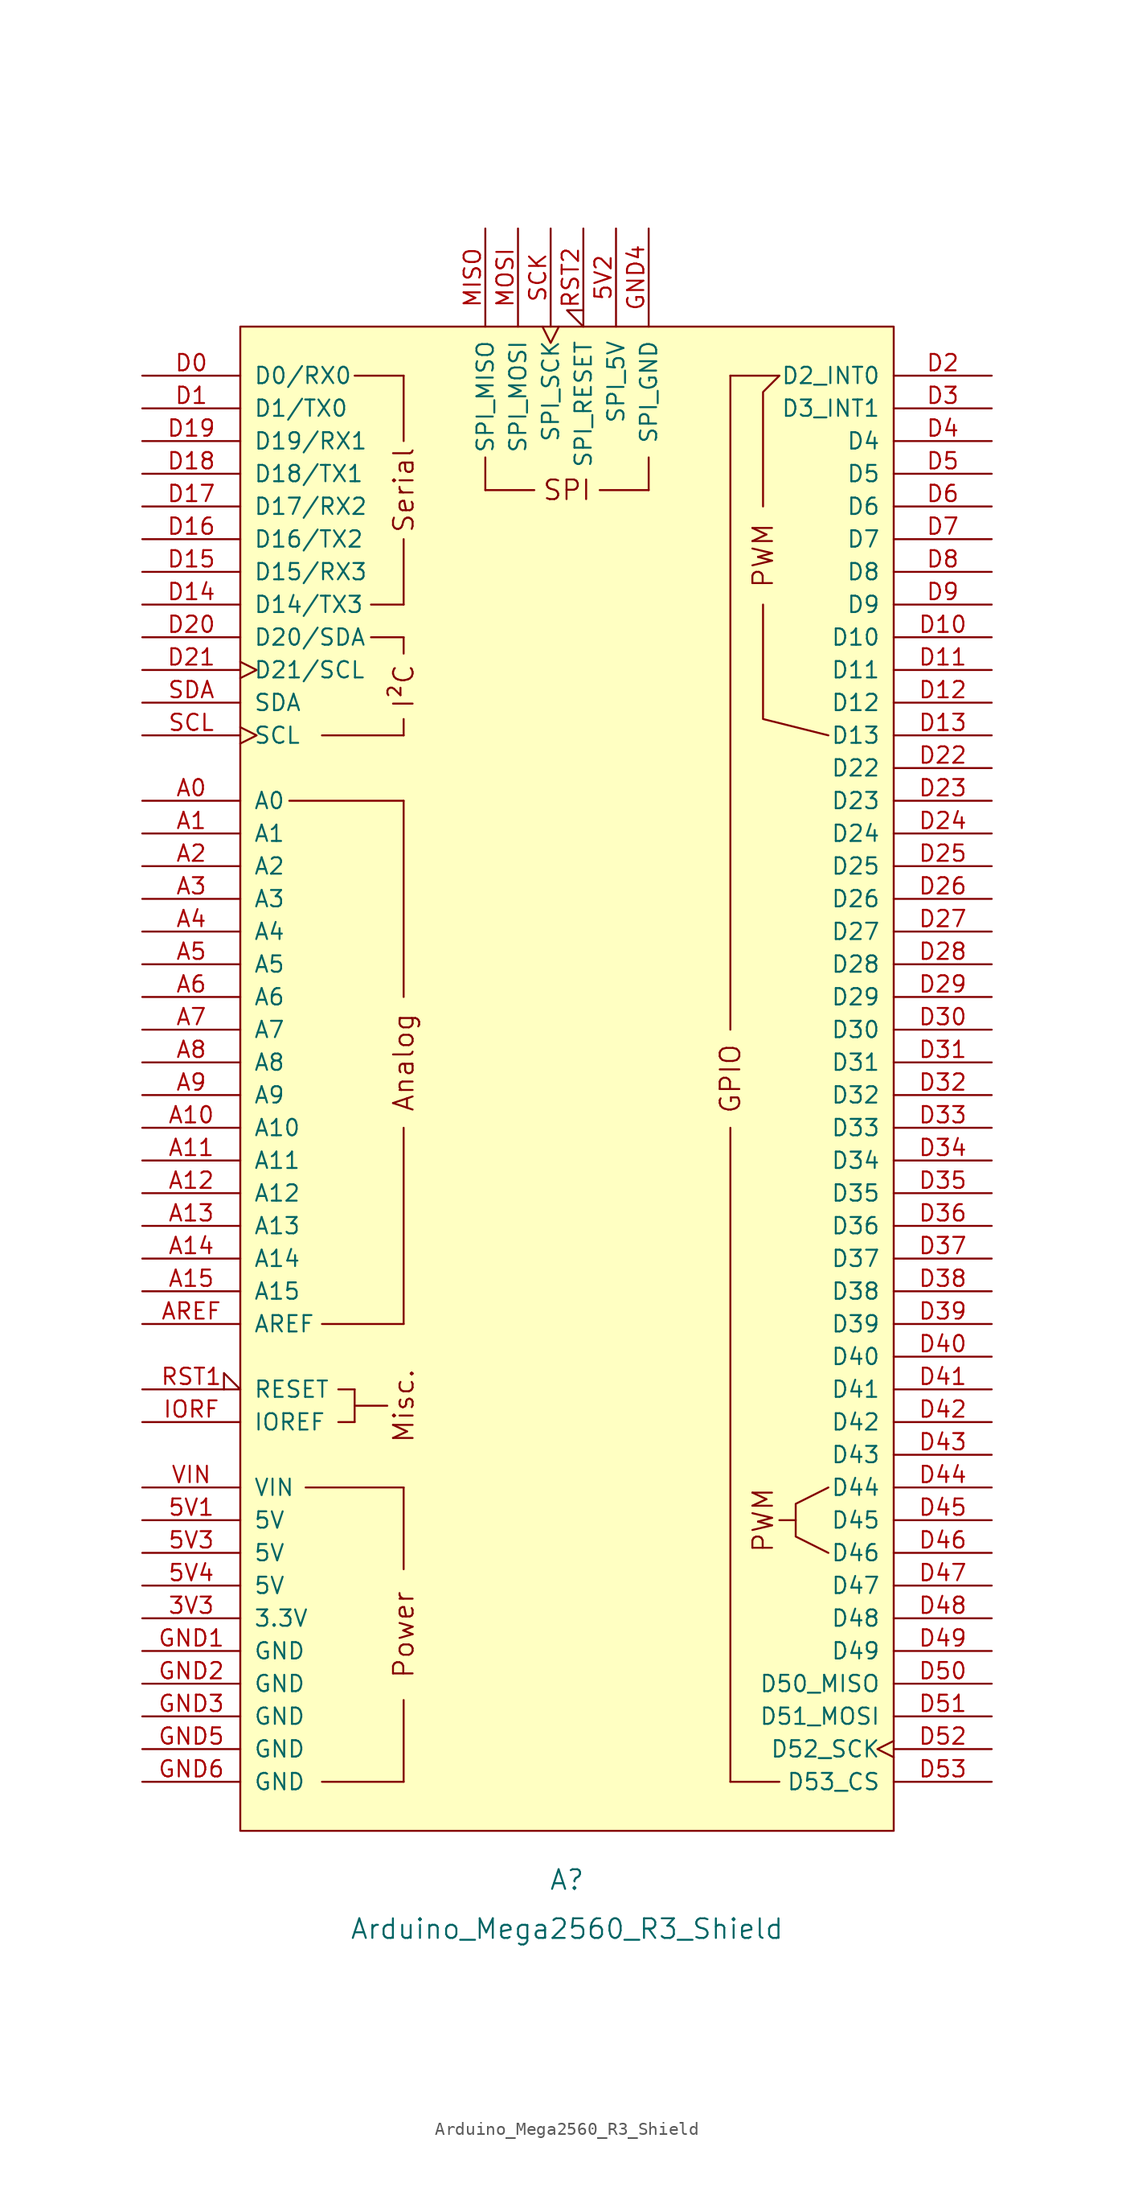
<source format=kicad_sym>
(kicad_symbol_lib
  (version 20241209)
  (generator "kicad_symbol_editor")
  (generator_version "9.0")
  (symbol "Arduino_Mega2560_R3_Shield"
    (pin_names
      (offset 1.016))
    (property "Reference" "A"
      (at 0 -62.23 0)
      (effects (font (size 1.524 1.524))))
    (property "Value" "Arduino_Mega2560_R3_Shield"
      (at 0 -66.04 0)
      (effects (font (size 1.524 1.524))))
    (symbol "Arduino_Mega2560_R3_Shield_0_0"
      (rectangle (start -25.4 -58.42) (end 25.4 58.42) (stroke (width 0) (type default)) (fill (type background)))
      (polyline (pts (xy -21.59 21.59) (xy -12.7 21.59)) (stroke (width 0) (type default)) (fill (type none)))
      (rectangle (start -20.32 -31.75) (end -12.7 -31.75) (stroke (width 0) (type default)) (fill (type none)))
      (rectangle (start -19.05 26.67) (end -12.7 26.67) (stroke (width 0) (type default)) (fill (type none)))
      (rectangle (start -19.05 -19.05) (end -12.7 -19.05) (stroke (width 0) (type default)) (fill (type none)))
      (rectangle (start -19.05 -54.61) (end -12.7 -54.61) (stroke (width 0) (type default)) (fill (type none)))
      (rectangle (start -17.78 -24.13) (end -16.51 -24.13) (stroke (width 0) (type default)) (fill (type none)))
      (rectangle (start -17.78 -26.67) (end -16.51 -26.67) (stroke (width 0) (type default)) (fill (type none)))
      (rectangle (start -16.51 54.61) (end -12.7 54.61) (stroke (width 0) (type default)) (fill (type none)))
      (rectangle (start -16.51 -24.13) (end -16.51 -26.67) (stroke (width 0) (type default)) (fill (type none)))
      (rectangle (start -16.51 -25.4) (end -13.97 -25.4) (stroke (width 0) (type default)) (fill (type none)))
      (rectangle (start -15.24 36.83) (end -12.7 36.83) (stroke (width 0) (type default)) (fill (type none)))
      (rectangle (start -15.24 34.29) (end -12.7 34.29) (stroke (width 0) (type default)) (fill (type none)))
      (rectangle (start -12.7 49.53) (end -12.7 54.61) (stroke (width 0) (type default)) (fill (type none)))
      (rectangle (start -12.7 41.91) (end -12.7 36.83) (stroke (width 0) (type default)) (fill (type none)))
      (rectangle (start -12.7 34.29) (end -12.7 33.02) (stroke (width 0) (type default)) (fill (type none)))
      (rectangle (start -12.7 26.67) (end -12.7 27.94) (stroke (width 0) (type default)) (fill (type none)))
      (polyline (pts (xy -12.7 6.35) (xy -12.7 21.59)) (stroke (width 0) (type default)) (fill (type none)))
      (polyline (pts (xy -12.7 -19.05) (xy -12.7 -3.81)) (stroke (width 0) (type default)) (fill (type none)))
      (rectangle (start -12.7 -31.75) (end -12.7 -38.1) (stroke (width 0) (type default)) (fill (type none)))
      (rectangle (start -12.7 -54.61) (end -12.7 -48.26) (stroke (width 0) (type default)) (fill (type none)))
      (rectangle (start -6.35 48.26) (end -6.35 45.72) (stroke (width 0) (type default)) (fill (type none)))
      (rectangle (start -2.54 45.72) (end -6.35 45.72) (stroke (width 0) (type default)) (fill (type none)))
      (rectangle (start 6.35 48.26) (end 6.35 45.72) (stroke (width 0) (type default)) (fill (type none)))
      (rectangle (start 6.35 45.72) (end 2.54 45.72) (stroke (width 0) (type default)) (fill (type none)))
      (polyline (pts (xy 12.7 54.61) (xy 16.51 54.61)) (stroke (width 0) (type default)) (fill (type none)))
      (polyline (pts (xy 12.7 -54.61) (xy 16.51 -54.61)) (stroke (width 0) (type default)) (fill (type none)))
      (polyline (pts (xy 15.24 44.45) (xy 15.24 53.34) (xy 16.51 54.61)) (stroke (width 0) (type default)) (fill (type none)))
      (polyline (pts (xy 15.24 36.83) (xy 15.24 27.94) (xy 20.32 26.67)) (stroke (width 0) (type default)) (fill (type none)))
      (polyline (pts (xy 17.78 -34.29) (xy 16.51 -34.29)) (stroke (width 0) (type default)) (fill (type none)))
      (polyline (pts (xy 20.32 -31.75) (xy 17.78 -33.02) (xy 17.78 -35.56) (xy 20.32 -36.83)) (stroke (width 0) (type default)) (fill (type none)))
      (text "Serial" (at -12.7 45.72 900) (effects (font (size 1.524 1.524))))
      (text "I²C" (at -12.7 30.48 900) (effects (font (size 1.524 1.524))))
      (text "Analog" (at -12.7 1.27 900) (effects (font (size 1.524 1.524))))
      (text "Misc." (at -12.7 -25.4 900) (effects (font (size 1.524 1.524))))
      (text "Power" (at -12.7 -43.18 900) (effects (font (size 1.524 1.524))))
      (text "SPI" (at 0 45.72 0) (effects (font (size 1.524 1.524))))
      (text "PWM" (at 15.24 40.64 900) (effects (font (size 1.524 1.524))))
      (text "PWM" (at 15.24 -34.29 900) (effects (font (size 1.524 1.524)))))
    (symbol "Arduino_Mega2560_R3_Shield_1_0"
      (rectangle (start 12.7 54.61) (end 12.7 3.81) (stroke (width 0) (type default)) (fill (type none)))
      (rectangle (start 12.7 -54.61) (end 12.7 -3.81) (stroke (width 0) (type default)) (fill (type none)))
      (text "GPIO" (at 12.7 0 900) (effects (font (size 1.524 1.524)))))
    (symbol "Arduino_Mega2560_R3_Shield_1_1"
      (pin bidirectional line (at -33.02 54.61 0) (length 7.62) (name "D0/RX0" (effects (font (size 1.27 1.27)))) (number "D0" (effects (font (size 1.27 1.27)))))
      (pin bidirectional line (at -33.02 52.07 0) (length 7.62) (name "D1/TX0" (effects (font (size 1.27 1.27)))) (number "D1" (effects (font (size 1.27 1.27)))))
      (pin bidirectional line (at -33.02 49.53 0) (length 7.62) (name "D19/RX1" (effects (font (size 1.27 1.27)))) (number "D19" (effects (font (size 1.27 1.27)))))
      (pin bidirectional line (at -33.02 46.99 0) (length 7.62) (name "D18/TX1" (effects (font (size 1.27 1.27)))) (number "D18" (effects (font (size 1.27 1.27)))))
      (pin bidirectional line (at -33.02 44.45 0) (length 7.62) (name "D17/RX2" (effects (font (size 1.27 1.27)))) (number "D17" (effects (font (size 1.27 1.27)))))
      (pin bidirectional line (at -33.02 41.91 0) (length 7.62) (name "D16/TX2" (effects (font (size 1.27 1.27)))) (number "D16" (effects (font (size 1.27 1.27)))))
      (pin bidirectional line (at -33.02 39.37 0) (length 7.62) (name "D15/RX3" (effects (font (size 1.27 1.27)))) (number "D15" (effects (font (size 1.27 1.27)))))
      (pin bidirectional line (at -33.02 36.83 0) (length 7.62) (name "D14/TX3" (effects (font (size 1.27 1.27)))) (number "D14" (effects (font (size 1.27 1.27)))))
      (pin bidirectional line (at -33.02 34.29 0) (length 7.62) (name "D20/SDA" (effects (font (size 1.27 1.27)))) (number "D20" (effects (font (size 1.27 1.27)))))
      (pin bidirectional clock (at -33.02 31.75 0) (length 7.62) (name "D21/SCL" (effects (font (size 1.27 1.27)))) (number "D21" (effects (font (size 1.27 1.27)))))
      (pin bidirectional line (at -33.02 29.21 0) (length 7.62) (name "SDA" (effects (font (size 1.27 1.27)))) (number "SDA" (effects (font (size 1.27 1.27)))))
      (pin bidirectional clock (at -33.02 26.67 0) (length 7.62) (name "SCL" (effects (font (size 1.27 1.27)))) (number "SCL" (effects (font (size 1.27 1.27)))))
      (pin bidirectional line (at -33.02 21.59 0) (length 7.62) (name "A0" (effects (font (size 1.27 1.27)))) (number "A0" (effects (font (size 1.27 1.27)))))
      (pin bidirectional line (at -33.02 19.05 0) (length 7.62) (name "A1" (effects (font (size 1.27 1.27)))) (number "A1" (effects (font (size 1.27 1.27)))))
      (pin bidirectional line (at -33.02 16.51 0) (length 7.62) (name "A2" (effects (font (size 1.27 1.27)))) (number "A2" (effects (font (size 1.27 1.27)))))
      (pin bidirectional line (at -33.02 13.97 0) (length 7.62) (name "A3" (effects (font (size 1.27 1.27)))) (number "A3" (effects (font (size 1.27 1.27)))))
      (pin bidirectional line (at -33.02 11.43 0) (length 7.62) (name "A4" (effects (font (size 1.27 1.27)))) (number "A4" (effects (font (size 1.27 1.27)))))
      (pin bidirectional line (at -33.02 8.89 0) (length 7.62) (name "A5" (effects (font (size 1.27 1.27)))) (number "A5" (effects (font (size 1.27 1.27)))))
      (pin bidirectional line (at -33.02 6.35 0) (length 7.62) (name "A6" (effects (font (size 1.27 1.27)))) (number "A6" (effects (font (size 1.27 1.27)))))
      (pin bidirectional line (at -33.02 3.81 0) (length 7.62) (name "A7" (effects (font (size 1.27 1.27)))) (number "A7" (effects (font (size 1.27 1.27)))))
      (pin bidirectional line (at -33.02 1.27 0) (length 7.62) (name "A8" (effects (font (size 1.27 1.27)))) (number "A8" (effects (font (size 1.27 1.27)))))
      (pin bidirectional line (at -33.02 -1.27 0) (length 7.62) (name "A9" (effects (font (size 1.27 1.27)))) (number "A9" (effects (font (size 1.27 1.27)))))
      (pin bidirectional line (at -33.02 -3.81 0) (length 7.62) (name "A10" (effects (font (size 1.27 1.27)))) (number "A10" (effects (font (size 1.27 1.27)))))
      (pin bidirectional line (at -33.02 -6.35 0) (length 7.62) (name "A11" (effects (font (size 1.27 1.27)))) (number "A11" (effects (font (size 1.27 1.27)))))
      (pin bidirectional line (at -33.02 -8.89 0) (length 7.62) (name "A12" (effects (font (size 1.27 1.27)))) (number "A12" (effects (font (size 1.27 1.27)))))
      (pin bidirectional line (at -33.02 -11.43 0) (length 7.62) (name "A13" (effects (font (size 1.27 1.27)))) (number "A13" (effects (font (size 1.27 1.27)))))
      (pin bidirectional line (at -33.02 -13.97 0) (length 7.62) (name "A14" (effects (font (size 1.27 1.27)))) (number "A14" (effects (font (size 1.27 1.27)))))
      (pin bidirectional line (at -33.02 -16.51 0) (length 7.62) (name "A15" (effects (font (size 1.27 1.27)))) (number "A15" (effects (font (size 1.27 1.27)))))
      (pin input line (at -33.02 -19.05 0) (length 7.62) (name "AREF" (effects (font (size 1.27 1.27)))) (number "AREF" (effects (font (size 1.27 1.27)))))
      (pin open_collector input_low (at -33.02 -24.13 0) (length 7.62) (name "RESET" (effects (font (size 1.27 1.27)))) (number "RST1" (effects (font (size 1.27 1.27)))))
      (pin output line (at -33.02 -26.67 0) (length 7.62) (name "IOREF" (effects (font (size 1.27 1.27)))) (number "IORF" (effects (font (size 1.27 1.27)))))
      (pin power_in line (at -33.02 -31.75 0) (length 7.62) (name "VIN" (effects (font (size 1.27 1.27)))) (number "VIN" (effects (font (size 1.27 1.27)))))
      (pin power_in line (at -33.02 -34.29 0) (length 7.62) (name "5V" (effects (font (size 1.27 1.27)))) (number "5V1" (effects (font (size 1.27 1.27)))))
      (pin power_in line (at -33.02 -36.83 0) (length 7.62) (name "5V" (effects (font (size 1.27 1.27)))) (number "5V3" (effects (font (size 1.27 1.27)))))
      (pin power_in line (at -33.02 -39.37 0) (length 7.62) (name "5V" (effects (font (size 1.27 1.27)))) (number "5V4" (effects (font (size 1.27 1.27)))))
      (pin power_out line (at -33.02 -41.91 0) (length 7.62) (name "3.3V" (effects (font (size 1.27 1.27)))) (number "3V3" (effects (font (size 1.27 1.27)))))
      (pin power_in line (at -33.02 -44.45 0) (length 7.62) (name "GND" (effects (font (size 1.27 1.27)))) (number "GND1" (effects (font (size 1.27 1.27)))))
      (pin power_in line (at -33.02 -46.99 0) (length 7.62) (name "GND" (effects (font (size 1.27 1.27)))) (number "GND2" (effects (font (size 1.27 1.27)))))
      (pin power_in line (at -33.02 -49.53 0) (length 7.62) (name "GND" (effects (font (size 1.27 1.27)))) (number "GND3" (effects (font (size 1.27 1.27)))))
      (pin power_in line (at -33.02 -52.07 0) (length 7.62) (name "GND" (effects (font (size 1.27 1.27)))) (number "GND5" (effects (font (size 1.27 1.27)))))
      (pin power_in line (at -33.02 -54.61 0) (length 7.62) (name "GND" (effects (font (size 1.27 1.27)))) (number "GND6" (effects (font (size 1.27 1.27)))))
      (pin input line (at -6.35 66.04 270) (length 7.62) (name "SPI_MISO" (effects (font (size 1.27 1.27)))) (number "MISO" (effects (font (size 1.27 1.27)))))
      (pin output line (at -3.81 66.04 270) (length 7.62) (name "SPI_MOSI" (effects (font (size 1.27 1.27)))) (number "MOSI" (effects (font (size 1.27 1.27)))))
      (pin output clock (at -1.27 66.04 270) (length 7.62) (name "SPI_SCK" (effects (font (size 1.27 1.27)))) (number "SCK" (effects (font (size 1.27 1.27)))))
      (pin open_collector input_low (at 1.27 66.04 270) (length 7.62) (name "SPI_RESET" (effects (font (size 1.27 1.27)))) (number "RST2" (effects (font (size 1.27 1.27)))))
      (pin power_in line (at 3.81 66.04 270) (length 7.62) (name "SPI_5V" (effects (font (size 1.27 1.27)))) (number "5V2" (effects (font (size 1.27 1.27)))))
      (pin power_in line (at 6.35 66.04 270) (length 7.62) (name "SPI_GND" (effects (font (size 1.27 1.27)))) (number "GND4" (effects (font (size 1.27 1.27)))))
      (pin bidirectional line (at 33.02 54.61 180) (length 7.62) (name "D2_INT0" (effects (font (size 1.27 1.27)))) (number "D2" (effects (font (size 1.27 1.27)))))
      (pin bidirectional line (at 33.02 52.07 180) (length 7.62) (name "D3_INT1" (effects (font (size 1.27 1.27)))) (number "D3" (effects (font (size 1.27 1.27)))))
      (pin bidirectional line (at 33.02 49.53 180) (length 7.62) (name "D4" (effects (font (size 1.27 1.27)))) (number "D4" (effects (font (size 1.27 1.27)))))
      (pin bidirectional line (at 33.02 46.99 180) (length 7.62) (name "D5" (effects (font (size 1.27 1.27)))) (number "D5" (effects (font (size 1.27 1.27)))))
      (pin bidirectional line (at 33.02 44.45 180) (length 7.62) (name "D6" (effects (font (size 1.27 1.27)))) (number "D6" (effects (font (size 1.27 1.27)))))
      (pin bidirectional line (at 33.02 41.91 180) (length 7.62) (name "D7" (effects (font (size 1.27 1.27)))) (number "D7" (effects (font (size 1.27 1.27)))))
      (pin bidirectional line (at 33.02 39.37 180) (length 7.62) (name "D8" (effects (font (size 1.27 1.27)))) (number "D8" (effects (font (size 1.27 1.27)))))
      (pin bidirectional line (at 33.02 36.83 180) (length 7.62) (name "D9" (effects (font (size 1.27 1.27)))) (number "D9" (effects (font (size 1.27 1.27)))))
      (pin bidirectional line (at 33.02 34.29 180) (length 7.62) (name "D10" (effects (font (size 1.27 1.27)))) (number "D10" (effects (font (size 1.27 1.27)))))
      (pin bidirectional line (at 33.02 31.75 180) (length 7.62) (name "D11" (effects (font (size 1.27 1.27)))) (number "D11" (effects (font (size 1.27 1.27)))))
      (pin bidirectional line (at 33.02 29.21 180) (length 7.62) (name "D12" (effects (font (size 1.27 1.27)))) (number "D12" (effects (font (size 1.27 1.27)))))
      (pin bidirectional line (at 33.02 26.67 180) (length 7.62) (name "D13" (effects (font (size 1.27 1.27)))) (number "D13" (effects (font (size 1.27 1.27)))))
      (pin bidirectional line (at 33.02 24.13 180) (length 7.62) (name "D22" (effects (font (size 1.27 1.27)))) (number "D22" (effects (font (size 1.27 1.27)))))
      (pin bidirectional line (at 33.02 21.59 180) (length 7.62) (name "D23" (effects (font (size 1.27 1.27)))) (number "D23" (effects (font (size 1.27 1.27)))))
      (pin bidirectional line (at 33.02 19.05 180) (length 7.62) (name "D24" (effects (font (size 1.27 1.27)))) (number "D24" (effects (font (size 1.27 1.27)))))
      (pin bidirectional line (at 33.02 16.51 180) (length 7.62) (name "D25" (effects (font (size 1.27 1.27)))) (number "D25" (effects (font (size 1.27 1.27)))))
      (pin bidirectional line (at 33.02 13.97 180) (length 7.62) (name "D26" (effects (font (size 1.27 1.27)))) (number "D26" (effects (font (size 1.27 1.27)))))
      (pin bidirectional line (at 33.02 11.43 180) (length 7.62) (name "D27" (effects (font (size 1.27 1.27)))) (number "D27" (effects (font (size 1.27 1.27)))))
      (pin bidirectional line (at 33.02 8.89 180) (length 7.62) (name "D28" (effects (font (size 1.27 1.27)))) (number "D28" (effects (font (size 1.27 1.27)))))
      (pin bidirectional line (at 33.02 6.35 180) (length 7.62) (name "D29" (effects (font (size 1.27 1.27)))) (number "D29" (effects (font (size 1.27 1.27)))))
      (pin bidirectional line (at 33.02 3.81 180) (length 7.62) (name "D30" (effects (font (size 1.27 1.27)))) (number "D30" (effects (font (size 1.27 1.27)))))
      (pin bidirectional line (at 33.02 1.27 180) (length 7.62) (name "D31" (effects (font (size 1.27 1.27)))) (number "D31" (effects (font (size 1.27 1.27)))))
      (pin bidirectional line (at 33.02 -1.27 180) (length 7.62) (name "D32" (effects (font (size 1.27 1.27)))) (number "D32" (effects (font (size 1.27 1.27)))))
      (pin bidirectional line (at 33.02 -3.81 180) (length 7.62) (name "D33" (effects (font (size 1.27 1.27)))) (number "D33" (effects (font (size 1.27 1.27)))))
      (pin bidirectional line (at 33.02 -6.35 180) (length 7.62) (name "D34" (effects (font (size 1.27 1.27)))) (number "D34" (effects (font (size 1.27 1.27)))))
      (pin bidirectional line (at 33.02 -8.89 180) (length 7.62) (name "D35" (effects (font (size 1.27 1.27)))) (number "D35" (effects (font (size 1.27 1.27)))))
      (pin bidirectional line (at 33.02 -11.43 180) (length 7.62) (name "D36" (effects (font (size 1.27 1.27)))) (number "D36" (effects (font (size 1.27 1.27)))))
      (pin bidirectional line (at 33.02 -13.97 180) (length 7.62) (name "D37" (effects (font (size 1.27 1.27)))) (number "D37" (effects (font (size 1.27 1.27)))))
      (pin bidirectional line (at 33.02 -16.51 180) (length 7.62) (name "D38" (effects (font (size 1.27 1.27)))) (number "D38" (effects (font (size 1.27 1.27)))))
      (pin bidirectional line (at 33.02 -19.05 180) (length 7.62) (name "D39" (effects (font (size 1.27 1.27)))) (number "D39" (effects (font (size 1.27 1.27)))))
      (pin bidirectional line (at 33.02 -21.59 180) (length 7.62) (name "D40" (effects (font (size 1.27 1.27)))) (number "D40" (effects (font (size 1.27 1.27)))))
      (pin bidirectional line (at 33.02 -24.13 180) (length 7.62) (name "D41" (effects (font (size 1.27 1.27)))) (number "D41" (effects (font (size 1.27 1.27)))))
      (pin bidirectional line (at 33.02 -26.67 180) (length 7.62) (name "D42" (effects (font (size 1.27 1.27)))) (number "D42" (effects (font (size 1.27 1.27)))))
      (pin bidirectional line (at 33.02 -29.21 180) (length 7.62) (name "D43" (effects (font (size 1.27 1.27)))) (number "D43" (effects (font (size 1.27 1.27)))))
      (pin bidirectional line (at 33.02 -31.75 180) (length 7.62) (name "D44" (effects (font (size 1.27 1.27)))) (number "D44" (effects (font (size 1.27 1.27)))))
      (pin bidirectional line (at 33.02 -34.29 180) (length 7.62) (name "D45" (effects (font (size 1.27 1.27)))) (number "D45" (effects (font (size 1.27 1.27)))))
      (pin bidirectional line (at 33.02 -36.83 180) (length 7.62) (name "D46" (effects (font (size 1.27 1.27)))) (number "D46" (effects (font (size 1.27 1.27)))))
      (pin bidirectional line (at 33.02 -39.37 180) (length 7.62) (name "D47" (effects (font (size 1.27 1.27)))) (number "D47" (effects (font (size 1.27 1.27)))))
      (pin bidirectional line (at 33.02 -41.91 180) (length 7.62) (name "D48" (effects (font (size 1.27 1.27)))) (number "D48" (effects (font (size 1.27 1.27)))))
      (pin bidirectional line (at 33.02 -44.45 180) (length 7.62) (name "D49" (effects (font (size 1.27 1.27)))) (number "D49" (effects (font (size 1.27 1.27)))))
      (pin bidirectional line (at 33.02 -46.99 180) (length 7.62) (name "D50_MISO" (effects (font (size 1.27 1.27)))) (number "D50" (effects (font (size 1.27 1.27)))))
      (pin bidirectional line (at 33.02 -49.53 180) (length 7.62) (name "D51_MOSI" (effects (font (size 1.27 1.27)))) (number "D51" (effects (font (size 1.27 1.27)))))
      (pin bidirectional clock (at 33.02 -52.07 180) (length 7.62) (name "D52_SCK" (effects (font (size 1.27 1.27)))) (number "D52" (effects (font (size 1.27 1.27)))))
      (pin bidirectional line (at 33.02 -54.61 180) (length 7.62) (name "D53_CS" (effects (font (size 1.27 1.27)))) (number "D53" (effects (font (size 1.27 1.27))))))))
</source>
